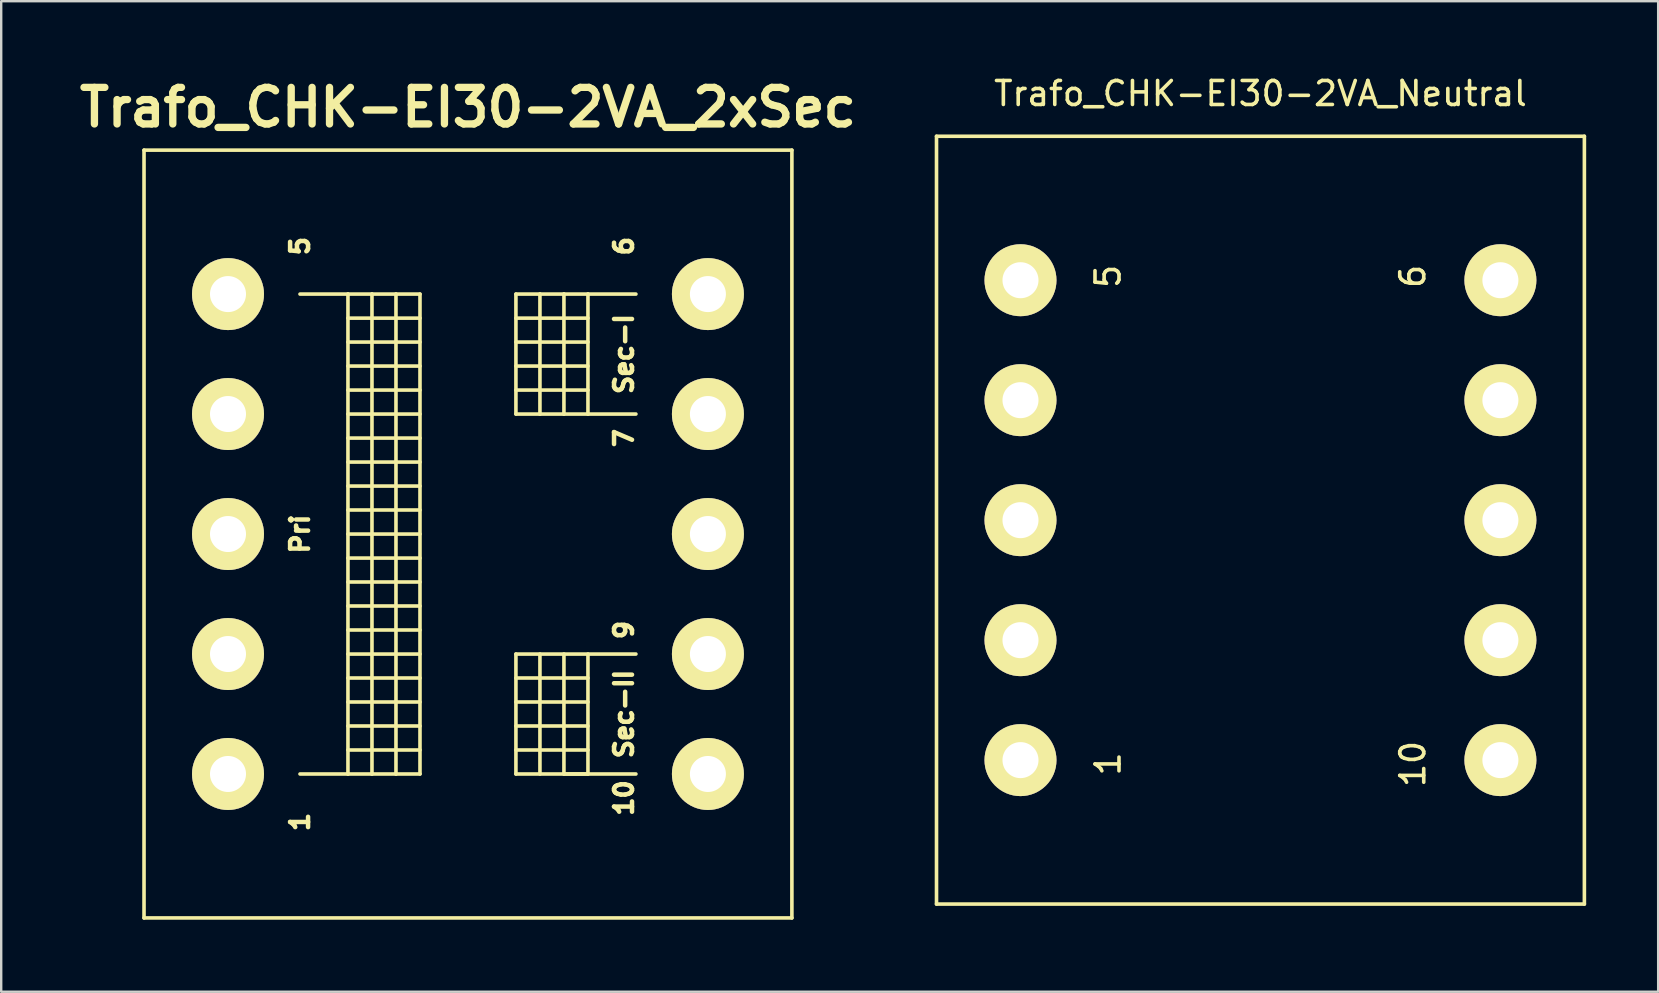
<source format=kicad_pcb>
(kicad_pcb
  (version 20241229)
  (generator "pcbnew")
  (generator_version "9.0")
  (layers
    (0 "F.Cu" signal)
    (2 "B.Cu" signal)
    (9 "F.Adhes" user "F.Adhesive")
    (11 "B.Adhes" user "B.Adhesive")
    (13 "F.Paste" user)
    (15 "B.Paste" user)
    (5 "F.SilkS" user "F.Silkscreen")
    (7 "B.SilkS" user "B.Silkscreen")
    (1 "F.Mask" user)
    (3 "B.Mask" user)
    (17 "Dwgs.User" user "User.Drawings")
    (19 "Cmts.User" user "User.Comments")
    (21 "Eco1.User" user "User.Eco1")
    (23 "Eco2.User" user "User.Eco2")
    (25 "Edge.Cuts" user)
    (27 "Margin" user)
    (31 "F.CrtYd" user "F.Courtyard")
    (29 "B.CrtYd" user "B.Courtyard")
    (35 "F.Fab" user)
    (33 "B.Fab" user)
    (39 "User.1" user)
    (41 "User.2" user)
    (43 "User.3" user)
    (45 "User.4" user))
  (footprint "Trafo_CHK-EI30-2VA_Neutral"
    (layer "F.Cu")
    (at 49.479 18.628)
    (property "Reference" "Trafo_CHK-EI30-2VA_Neutral" (at 0 -17.78 0) (layer "F.SilkS") (effects (font (size 1 1) (thickness 0.15))))
    (attr through_hole)
    (fp_line (start -13.5 -15.999) (end -13.5 15.999) (stroke (width 0.15) (type solid)) (layer "F.SilkS"))
    (fp_line (start -13.5 15.999) (end 13.5 15.999) (stroke (width 0.15) (type solid)) (layer "F.SilkS"))
    (fp_line (start 13.5 -15.999) (end -13.5 -15.999) (stroke (width 0.15) (type solid)) (layer "F.SilkS"))
    (fp_line (start 13.5 15.999) (end 13.5 -15.999) (stroke (width 0.15) (type solid)) (layer "F.SilkS"))
    (fp_text user "1" (at -6.35 10.16 90) (layer "F.SilkS") (effects (font (size 1 1) (thickness 0.15))))
    (fp_text user "6" (at 6.35 -10.16 90) (layer "F.SilkS") (effects (font (size 1 1) (thickness 0.15))))
    (fp_text user "10" (at 6.35 10.16 90) (layer "F.SilkS") (effects (font (size 1 1) (thickness 0.15))))
    (fp_text user "5" (at -6.35 -10.16 90) (layer "F.SilkS") (effects (font (size 1 1) (thickness 0.15))))
    (pad "1" thru_hole circle (at -10 10) (size 3 3) (drill 1.501) (layers "*.Cu" "*.Mask" "F.SilkS"))
    (pad "2" thru_hole circle (at -10 5.001) (size 3 3) (drill 1.501) (layers "*.Cu" "*.Mask" "F.SilkS"))
    (pad "3" thru_hole circle (at -10 0) (size 3 3) (drill 1.501) (layers "*.Cu" "*.Mask" "F.SilkS"))
    (pad "4" thru_hole circle (at -10 -5.001) (size 3 3) (drill 1.501) (layers "*.Cu" "*.Mask" "F.SilkS"))
    (pad "5" thru_hole circle (at -10 -10) (size 3 3) (drill 1.501) (layers "*.Cu" "*.Mask" "F.SilkS"))
    (pad "6" thru_hole circle (at 10 -10) (size 3 3) (drill 1.501) (layers "*.Cu" "*.Mask" "F.SilkS"))
    (pad "7" thru_hole circle (at 10 -5.001) (size 3 3) (drill 1.501) (layers "*.Cu" "*.Mask" "F.SilkS"))
    (pad "8" thru_hole circle (at 10 0) (size 3 3) (drill 1.501) (layers "*.Cu" "*.Mask" "F.SilkS"))
    (pad "9" thru_hole circle (at 10 5.001) (size 3 3) (drill 1.501) (layers "*.Cu" "*.Mask" "F.SilkS"))
    (pad "10" thru_hole circle (at 10 10) (size 3 3) (drill 1.501) (layers "*.Cu" "*.Mask" "F.SilkS")))
  (footprint "Trafo_CHK-EI30-2VA_2xSec"
    (layer "F.Cu")
    (at 16.452 19.206)
    (property "Reference" "Trafo_CHK-EI30-2VA_2xSec" (at 0 -17.78 0) (layer "F.SilkS") (effects (font (size 1.524 1.524) (thickness 0.305))))
    (attr through_hole)
    (fp_line (start -13.5 -15.999) (end -13.5 15.999) (stroke (width 0.15) (type solid)) (layer "F.SilkS"))
    (fp_line (start -13.5 15.999) (end 13.5 15.999) (stroke (width 0.15) (type solid)) (layer "F.SilkS"))
    (fp_line (start -7 -10) (end -5.001 -10) (stroke (width 0.15) (type solid)) (layer "F.SilkS"))
    (fp_line (start -5.001 -10) (end -5.001 10) (stroke (width 0.15) (type solid)) (layer "F.SilkS"))
    (fp_line (start -5.001 -10) (end -4 -10) (stroke (width 0.15) (type solid)) (layer "F.SilkS"))
    (fp_line (start -5.001 -8.999) (end -1.999 -8.999) (stroke (width 0.15) (type solid)) (layer "F.SilkS"))
    (fp_line (start -5.001 -7) (end -1.999 -7) (stroke (width 0.15) (type solid)) (layer "F.SilkS"))
    (fp_line (start -5.001 -5.001) (end -1.999 -5.001) (stroke (width 0.15) (type solid)) (layer "F.SilkS"))
    (fp_line (start -5.001 -3) (end -1.999 -3) (stroke (width 0.15) (type solid)) (layer "F.SilkS"))
    (fp_line (start -5.001 -1.001) (end -1.999 -1.001) (stroke (width 0.15) (type solid)) (layer "F.SilkS"))
    (fp_line (start -5.001 1.001) (end -1.999 1.001) (stroke (width 0.15) (type solid)) (layer "F.SilkS"))
    (fp_line (start -5.001 3) (end -1.999 3) (stroke (width 0.15) (type solid)) (layer "F.SilkS"))
    (fp_line (start -5.001 5.001) (end -1.999 5.001) (stroke (width 0.15) (type solid)) (layer "F.SilkS"))
    (fp_line (start -5.001 7) (end -1.999 7) (stroke (width 0.15) (type solid)) (layer "F.SilkS"))
    (fp_line (start -5.001 8.999) (end -1.999 8.999) (stroke (width 0.15) (type solid)) (layer "F.SilkS"))
    (fp_line (start -5.001 10) (end -7 10) (stroke (width 0.15) (type solid)) (layer "F.SilkS"))
    (fp_line (start -4 -10) (end -4 10) (stroke (width 0.15) (type solid)) (layer "F.SilkS"))
    (fp_line (start -4 -10) (end -3 -10) (stroke (width 0.15) (type solid)) (layer "F.SilkS"))
    (fp_line (start -4 10) (end -5.001 10) (stroke (width 0.15) (type solid)) (layer "F.SilkS"))
    (fp_line (start -3 -10) (end -3 10) (stroke (width 0.15) (type solid)) (layer "F.SilkS"))
    (fp_line (start -3 -10) (end -1.999 -10) (stroke (width 0.15) (type solid)) (layer "F.SilkS"))
    (fp_line (start -3 10) (end -4 10) (stroke (width 0.15) (type solid)) (layer "F.SilkS"))
    (fp_line (start -1.999 -10) (end -1.999 10) (stroke (width 0.15) (type solid)) (layer "F.SilkS"))
    (fp_line (start -1.999 -8.001) (end -5.001 -8.001) (stroke (width 0.15) (type solid)) (layer "F.SilkS"))
    (fp_line (start -1.999 -5.999) (end -5.001 -5.999) (stroke (width 0.15) (type solid)) (layer "F.SilkS"))
    (fp_line (start -1.999 -4) (end -5.001 -4) (stroke (width 0.15) (type solid)) (layer "F.SilkS"))
    (fp_line (start -1.999 -1.999) (end -5.001 -1.999) (stroke (width 0.15) (type solid)) (layer "F.SilkS"))
    (fp_line (start -1.999 0) (end -5.001 0) (stroke (width 0.15) (type solid)) (layer "F.SilkS"))
    (fp_line (start -1.999 1.999) (end -5.001 1.999) (stroke (width 0.15) (type solid)) (layer "F.SilkS"))
    (fp_line (start -1.999 4) (end -5.001 4) (stroke (width 0.15) (type solid)) (layer "F.SilkS"))
    (fp_line (start -1.999 5.999) (end -5.001 5.999) (stroke (width 0.15) (type solid)) (layer "F.SilkS"))
    (fp_line (start -1.999 8.001) (end -5.001 8.001) (stroke (width 0.15) (type solid)) (layer "F.SilkS"))
    (fp_line (start -1.999 10) (end -3 10) (stroke (width 0.15) (type solid)) (layer "F.SilkS"))
    (fp_line (start 1.999 -10) (end 1.999 -5.001) (stroke (width 0.15) (type solid)) (layer "F.SilkS"))
    (fp_line (start 1.999 -8.999) (end 5.001 -8.999) (stroke (width 0.15) (type solid)) (layer "F.SilkS"))
    (fp_line (start 1.999 -7) (end 5.001 -7) (stroke (width 0.15) (type solid)) (layer "F.SilkS"))
    (fp_line (start 1.999 -5.001) (end 3 -5.001) (stroke (width 0.15) (type solid)) (layer "F.SilkS"))
    (fp_line (start 1.999 5.001) (end 1.999 10) (stroke (width 0.15) (type solid)) (layer "F.SilkS"))
    (fp_line (start 1.999 5.999) (end 5.001 5.999) (stroke (width 0.15) (type solid)) (layer "F.SilkS"))
    (fp_line (start 1.999 8.001) (end 5.001 8.001) (stroke (width 0.15) (type solid)) (layer "F.SilkS"))
    (fp_line (start 1.999 10) (end 7 10) (stroke (width 0.15) (type solid)) (layer "F.SilkS"))
    (fp_line (start 3 -10) (end 1.999 -10) (stroke (width 0.15) (type solid)) (layer "F.SilkS"))
    (fp_line (start 3 -10) (end 3 -5.001) (stroke (width 0.15) (type solid)) (layer "F.SilkS"))
    (fp_line (start 3 -5.001) (end 4 -5.001) (stroke (width 0.15) (type solid)) (layer "F.SilkS"))
    (fp_line (start 3 5.001) (end 3 10) (stroke (width 0.15) (type solid)) (layer "F.SilkS"))
    (fp_line (start 4 -10) (end 3 -10) (stroke (width 0.15) (type solid)) (layer "F.SilkS"))
    (fp_line (start 4 -10) (end 4 -5.001) (stroke (width 0.15) (type solid)) (layer "F.SilkS"))
    (fp_line (start 4 -5.001) (end 5.001 -5.001) (stroke (width 0.15) (type solid)) (layer "F.SilkS"))
    (fp_line (start 4 10) (end 4 5.001) (stroke (width 0.15) (type solid)) (layer "F.SilkS"))
    (fp_line (start 5.001 -10) (end 4 -10) (stroke (width 0.15) (type solid)) (layer "F.SilkS"))
    (fp_line (start 5.001 -10) (end 5.001 -5.001) (stroke (width 0.15) (type solid)) (layer "F.SilkS"))
    (fp_line (start 5.001 -8.001) (end 1.999 -8.001) (stroke (width 0.15) (type solid)) (layer "F.SilkS"))
    (fp_line (start 5.001 -5.999) (end 1.999 -5.999) (stroke (width 0.15) (type solid)) (layer "F.SilkS"))
    (fp_line (start 5.001 -5.001) (end 7 -5.001) (stroke (width 0.15) (type solid)) (layer "F.SilkS"))
    (fp_line (start 5.001 5.001) (end 5.001 10) (stroke (width 0.15) (type solid)) (layer "F.SilkS"))
    (fp_line (start 5.001 7) (end 1.999 7) (stroke (width 0.15) (type solid)) (layer "F.SilkS"))
    (fp_line (start 5.001 8.999) (end 1.999 8.999) (stroke (width 0.15) (type solid)) (layer "F.SilkS"))
    (fp_line (start 5.001 10) (end 4 10) (stroke (width 0.15) (type solid)) (layer "F.SilkS"))
    (fp_line (start 7 -10) (end 5.001 -10) (stroke (width 0.15) (type solid)) (layer "F.SilkS"))
    (fp_line (start 7 5.001) (end 1.999 5.001) (stroke (width 0.15) (type solid)) (layer "F.SilkS"))
    (fp_line (start 13.5 -15.999) (end -13.5 -15.999) (stroke (width 0.15) (type solid)) (layer "F.SilkS"))
    (fp_line (start 13.5 15.999) (end 13.5 -15.999) (stroke (width 0.15) (type solid)) (layer "F.SilkS"))
    (fp_text user "Sec-I" (at 6.5 -7.501 90) (layer "F.SilkS") (effects (font (size 0.749 0.749) (thickness 0.188))))
    (fp_text user "Pri" (at -7 0 90) (layer "F.SilkS") (effects (font (size 0.749 0.749) (thickness 0.188))))
    (fp_text user "5" (at -7 -11.999 90) (layer "F.SilkS") (effects (font (size 0.749 0.749) (thickness 0.188))))
    (fp_text user "6" (at 6.5 -11.999 90) (layer "F.SilkS") (effects (font (size 0.749 0.749) (thickness 0.188))))
    (fp_text user "Sec-II" (at 6.5 7.501 90) (layer "F.SilkS") (effects (font (size 0.749 0.749) (thickness 0.188))))
    (fp_text user "1" (at -7 11.999 90) (layer "F.SilkS") (effects (font (size 0.749 0.749) (thickness 0.188))))
    (fp_text user "9" (at 6.5 4 90) (layer "F.SilkS") (effects (font (size 0.749 0.749) (thickness 0.188))))
    (fp_text user "10" (at 6.5 11.001 90) (layer "F.SilkS") (effects (font (size 0.749 0.749) (thickness 0.188))))
    (fp_text user "7" (at 6.5 -4 90) (layer "F.SilkS") (effects (font (size 0.749 0.749) (thickness 0.188))))
    (pad "1" thru_hole circle (at -10 10) (size 3 3) (drill 1.501) (layers "*.Cu" "*.Mask" "F.SilkS"))
    (pad "2" thru_hole circle (at -10 5.001) (size 3 3) (drill 1.501) (layers "*.Cu" "*.Mask" "F.SilkS"))
    (pad "3" thru_hole circle (at -10 0) (size 3 3) (drill 1.501) (layers "*.Cu" "*.Mask" "F.SilkS"))
    (pad "4" thru_hole circle (at -10 -5.001) (size 3 3) (drill 1.501) (layers "*.Cu" "*.Mask" "F.SilkS"))
    (pad "5" thru_hole circle (at -10 -10) (size 3 3) (drill 1.501) (layers "*.Cu" "*.Mask" "F.SilkS"))
    (pad "6" thru_hole circle (at 10 -10) (size 3 3) (drill 1.501) (layers "*.Cu" "*.Mask" "F.SilkS"))
    (pad "7" thru_hole circle (at 10 -5.001) (size 3 3) (drill 1.501) (layers "*.Cu" "*.Mask" "F.SilkS"))
    (pad "8" thru_hole circle (at 10 0) (size 3 3) (drill 1.501) (layers "*.Cu" "*.Mask" "F.SilkS"))
    (pad "9" thru_hole circle (at 10 5.001) (size 3 3) (drill 1.501) (layers "*.Cu" "*.Mask" "F.SilkS"))
    (pad "10" thru_hole circle (at 10 10) (size 3 3) (drill 1.501) (layers "*.Cu" "*.Mask" "F.SilkS")))
  (gr_rect
    (start -3 -3)
    (end 66.054 38.281)
    (stroke (width 0.1) (type default))
    (fill no)
    (layer "Edge.Cuts")))
</source>
